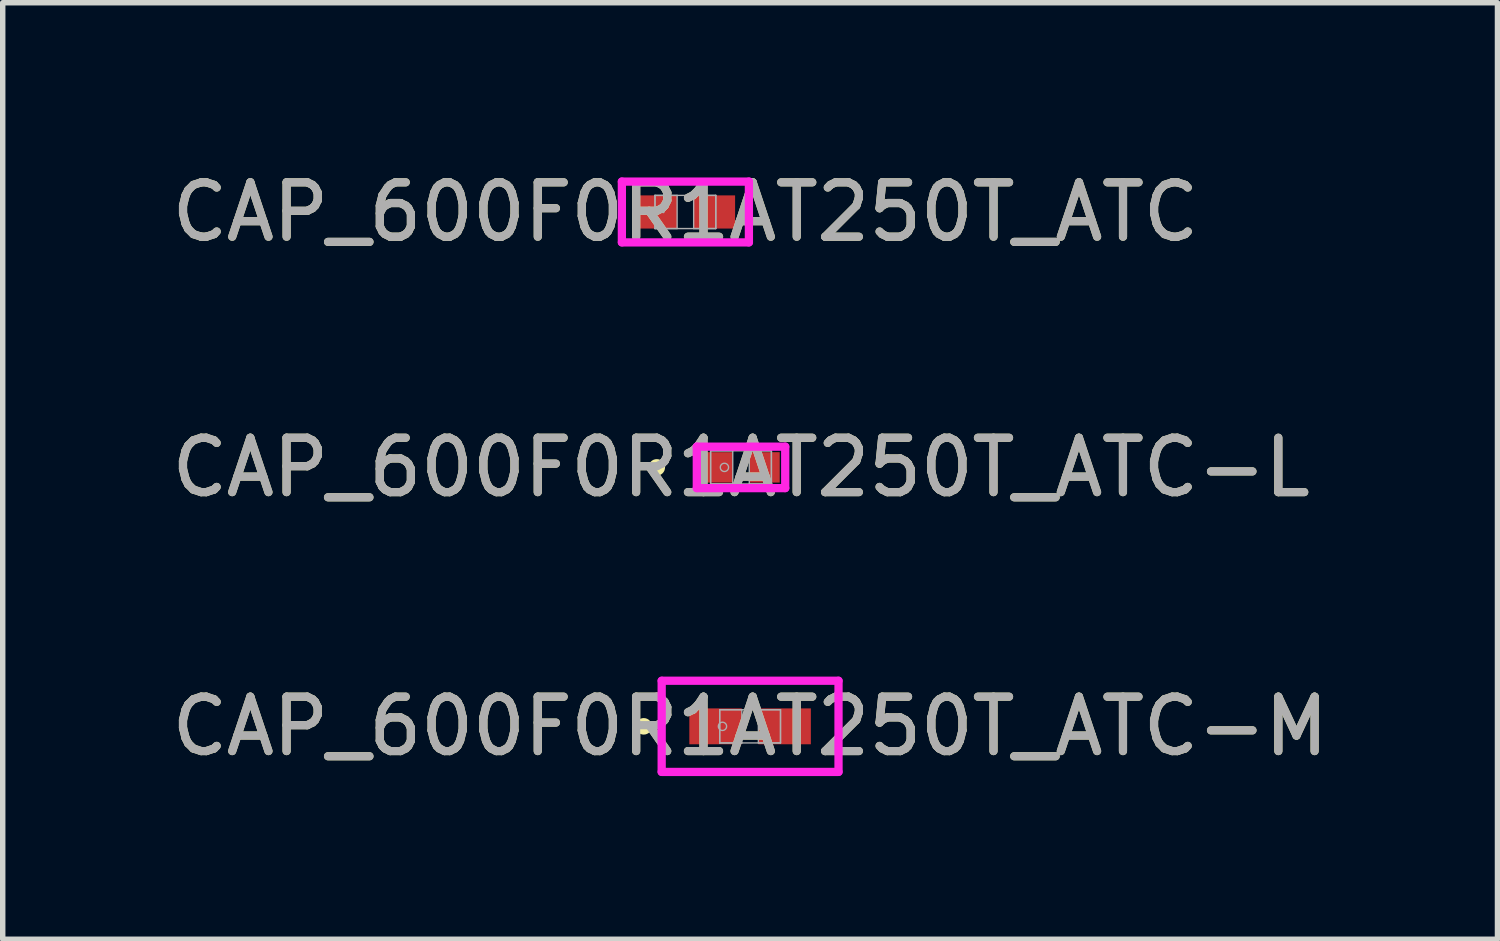
<source format=kicad_pcb>
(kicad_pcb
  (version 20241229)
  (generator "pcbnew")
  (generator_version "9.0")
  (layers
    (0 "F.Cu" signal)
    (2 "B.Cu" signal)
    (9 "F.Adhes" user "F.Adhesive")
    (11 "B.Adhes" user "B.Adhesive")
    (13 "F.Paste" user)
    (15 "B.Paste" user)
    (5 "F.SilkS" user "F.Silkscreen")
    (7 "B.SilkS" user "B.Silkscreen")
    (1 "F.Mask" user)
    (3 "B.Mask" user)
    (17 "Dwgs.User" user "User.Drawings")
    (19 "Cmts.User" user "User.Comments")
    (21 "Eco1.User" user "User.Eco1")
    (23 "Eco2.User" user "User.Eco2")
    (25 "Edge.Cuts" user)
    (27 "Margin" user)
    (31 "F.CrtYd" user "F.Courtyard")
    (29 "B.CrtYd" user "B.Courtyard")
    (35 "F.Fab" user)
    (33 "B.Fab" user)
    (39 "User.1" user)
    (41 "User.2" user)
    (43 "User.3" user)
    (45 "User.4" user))
  (footprint "CAP_600F0R1AT250T_ATC-L"
    (layer "F.Cu")
    (at 10.577 5.545)
    (property "Reference" "CAP_600F0R1AT250T_ATC-L" (at 0 0 0) (unlocked yes) (layer "F.SilkS") (effects (font (size 1 1) (thickness 0.15))))
    (attr smd)
    (fp_circle (center -1.549 0) (end -1.473 0) (stroke (width 0.152) (type solid)) (fill no) (layer "F.SilkS"))
    (fp_line (start -0.813 -0.381) (end 0.813 -0.381) (stroke (width 0.152) (type solid)) (layer "F.CrtYd"))
    (fp_line (start -0.813 0.381) (end -0.813 -0.381) (stroke (width 0.152) (type solid)) (layer "F.CrtYd"))
    (fp_line (start 0.813 -0.381) (end 0.813 0.381) (stroke (width 0.152) (type solid)) (layer "F.CrtYd"))
    (fp_line (start 0.813 0.381) (end -0.813 0.381) (stroke (width 0.152) (type solid)) (layer "F.CrtYd"))
    (fp_line (start -0.559 -0.305) (end -0.559 0.305) (stroke (width 0.025) (type solid)) (layer "F.Fab"))
    (fp_line (start -0.559 -0.305) (end -0.559 0.305) (stroke (width 0.025) (type solid)) (layer "F.Fab"))
    (fp_line (start -0.559 0.305) (end -0.152 0.305) (stroke (width 0.025) (type solid)) (layer "F.Fab"))
    (fp_line (start -0.559 0.305) (end 0.559 0.305) (stroke (width 0.025) (type solid)) (layer "F.Fab"))
    (fp_line (start -0.152 -0.305) (end -0.559 -0.305) (stroke (width 0.025) (type solid)) (layer "F.Fab"))
    (fp_line (start -0.152 0.305) (end -0.152 -0.305) (stroke (width 0.025) (type solid)) (layer "F.Fab"))
    (fp_line (start 0.152 -0.305) (end 0.152 0.305) (stroke (width 0.025) (type solid)) (layer "F.Fab"))
    (fp_line (start 0.152 0.305) (end 0.559 0.305) (stroke (width 0.025) (type solid)) (layer "F.Fab"))
    (fp_line (start 0.559 -0.305) (end -0.559 -0.305) (stroke (width 0.025) (type solid)) (layer "F.Fab"))
    (fp_line (start 0.559 -0.305) (end 0.152 -0.305) (stroke (width 0.025) (type solid)) (layer "F.Fab"))
    (fp_line (start 0.559 0.305) (end 0.559 -0.305) (stroke (width 0.025) (type solid)) (layer "F.Fab"))
    (fp_line (start 0.559 0.305) (end 0.559 -0.305) (stroke (width 0.025) (type solid)) (layer "F.Fab"))
    (fp_circle (center -0.305 0) (end -0.229 0) (stroke (width 0.025) (type solid)) (fill no) (layer "F.Fab"))
    (fp_text user "${REFERENCE}" (at 0 0 0) (unlocked yes) (layer "F.Fab") (effects (font (size 1 1) (thickness 0.15))))
    (pad "1" smd rect (at -0.432 0) (size 0.559 0.559) (layers "F.Cu" "F.Mask" "F.Paste"))
    (pad "2" smd rect (at 0.432 0) (size 0.559 0.559) (layers "F.Cu" "F.Mask" "F.Paste"))
    (zone (net_name "") (layer "F.Cu") (hatch full 0.508) (connect_pads) (min_thickness 0.254) (filled_areas_thickness no) (keepout (tracks not_allowed) (vias not_allowed) (pads allowed) (copperpour not_allowed) (footprints allowed)) (placement (enabled no)) (fill) (polygon (pts (xy 10.476 5.291) (xy 10.679 5.291) (xy 10.679 5.799) (xy 10.476 5.799)))))
  (footprint "CAP_600F0R1AT250T_ATC-M"
    (layer "F.Cu")
    (at 10.744 10.307)
    (property "Reference" "CAP_600F0R1AT250T_ATC-M" (at 0 0 0) (unlocked yes) (layer "F.SilkS") (effects (font (size 1 1) (thickness 0.15))))
    (attr smd)
    (fp_circle (center -1.956 0) (end -1.88 0) (stroke (width 0.152) (type solid)) (fill no) (layer "F.SilkS"))
    (fp_line (start -1.626 -0.838) (end 1.626 -0.838) (stroke (width 0.152) (type solid)) (layer "F.CrtYd"))
    (fp_line (start -1.626 0.838) (end -1.626 -0.838) (stroke (width 0.152) (type solid)) (layer "F.CrtYd"))
    (fp_line (start 1.626 -0.838) (end 1.626 0.838) (stroke (width 0.152) (type solid)) (layer "F.CrtYd"))
    (fp_line (start 1.626 0.838) (end -1.626 0.838) (stroke (width 0.152) (type solid)) (layer "F.CrtYd"))
    (fp_line (start -0.559 -0.305) (end -0.559 0.305) (stroke (width 0.025) (type solid)) (layer "F.Fab"))
    (fp_line (start -0.559 -0.305) (end -0.559 0.305) (stroke (width 0.025) (type solid)) (layer "F.Fab"))
    (fp_line (start -0.559 0.305) (end -0.152 0.305) (stroke (width 0.025) (type solid)) (layer "F.Fab"))
    (fp_line (start -0.559 0.305) (end 0.559 0.305) (stroke (width 0.025) (type solid)) (layer "F.Fab"))
    (fp_line (start -0.152 -0.305) (end -0.559 -0.305) (stroke (width 0.025) (type solid)) (layer "F.Fab"))
    (fp_line (start -0.152 0.305) (end -0.152 -0.305) (stroke (width 0.025) (type solid)) (layer "F.Fab"))
    (fp_line (start 0.152 -0.305) (end 0.152 0.305) (stroke (width 0.025) (type solid)) (layer "F.Fab"))
    (fp_line (start 0.152 0.305) (end 0.559 0.305) (stroke (width 0.025) (type solid)) (layer "F.Fab"))
    (fp_line (start 0.559 -0.305) (end -0.559 -0.305) (stroke (width 0.025) (type solid)) (layer "F.Fab"))
    (fp_line (start 0.559 -0.305) (end 0.152 -0.305) (stroke (width 0.025) (type solid)) (layer "F.Fab"))
    (fp_line (start 0.559 0.305) (end 0.559 -0.305) (stroke (width 0.025) (type solid)) (layer "F.Fab"))
    (fp_line (start 0.559 0.305) (end 0.559 -0.305) (stroke (width 0.025) (type solid)) (layer "F.Fab"))
    (fp_circle (center -0.508 0) (end -0.432 0) (stroke (width 0.025) (type solid)) (fill no) (layer "F.Fab"))
    (fp_text user "${REFERENCE}" (at 0 0 0) (unlocked yes) (layer "F.Fab") (effects (font (size 1 1) (thickness 0.15))))
    (pad "1" smd rect (at -0.635 0) (size 0.965 0.66) (layers "F.Cu" "F.Mask" "F.Paste"))
    (pad "2" smd rect (at 0.635 0) (size 0.965 0.66) (layers "F.Cu" "F.Mask" "F.Paste"))
    (zone (net_name "") (layer "F.Cu") (hatch full 0.508) (connect_pads) (min_thickness 0.254) (filled_areas_thickness no) (keepout (tracks not_allowed) (vias not_allowed) (pads allowed) (copperpour not_allowed) (footprints allowed)) (placement (enabled no)) (fill) (polygon (pts (xy 10.642 10.053) (xy 10.846 10.053) (xy 10.846 10.561) (xy 10.642 10.561)))))
  (footprint "CAP_600F0R1AT250T_ATC"
    (layer "F.Cu")
    (at 9.554 0.848)
    (property "Reference" "CAP_600F0R1AT250T_ATC" (at 0 0 0) (unlocked yes) (layer "F.SilkS") (effects (font (size 1 1) (thickness 0.15))))
    (attr smd)
    (fp_line (start -1.168 -0.559) (end 1.168 -0.559) (stroke (width 0.152) (type solid)) (layer "F.CrtYd"))
    (fp_line (start -1.168 0.559) (end -1.168 -0.559) (stroke (width 0.152) (type solid)) (layer "F.CrtYd"))
    (fp_line (start 1.168 -0.559) (end 1.168 0.559) (stroke (width 0.152) (type solid)) (layer "F.CrtYd"))
    (fp_line (start 1.168 0.559) (end -1.168 0.559) (stroke (width 0.152) (type solid)) (layer "F.CrtYd"))
    (fp_line (start -0.559 -0.305) (end -0.559 0.305) (stroke (width 0.025) (type solid)) (layer "F.Fab"))
    (fp_line (start -0.559 -0.305) (end -0.559 0.305) (stroke (width 0.025) (type solid)) (layer "F.Fab"))
    (fp_line (start -0.559 0.305) (end -0.152 0.305) (stroke (width 0.025) (type solid)) (layer "F.Fab"))
    (fp_line (start -0.559 0.305) (end 0.559 0.305) (stroke (width 0.025) (type solid)) (layer "F.Fab"))
    (fp_line (start -0.152 -0.305) (end -0.559 -0.305) (stroke (width 0.025) (type solid)) (layer "F.Fab"))
    (fp_line (start -0.152 0.305) (end -0.152 -0.305) (stroke (width 0.025) (type solid)) (layer "F.Fab"))
    (fp_line (start 0.152 -0.305) (end 0.152 0.305) (stroke (width 0.025) (type solid)) (layer "F.Fab"))
    (fp_line (start 0.152 0.305) (end 0.559 0.305) (stroke (width 0.025) (type solid)) (layer "F.Fab"))
    (fp_line (start 0.559 -0.305) (end -0.559 -0.305) (stroke (width 0.025) (type solid)) (layer "F.Fab"))
    (fp_line (start 0.559 -0.305) (end 0.152 -0.305) (stroke (width 0.025) (type solid)) (layer "F.Fab"))
    (fp_line (start 0.559 0.305) (end 0.559 -0.305) (stroke (width 0.025) (type solid)) (layer "F.Fab"))
    (fp_line (start 0.559 0.305) (end 0.559 -0.305) (stroke (width 0.025) (type solid)) (layer "F.Fab"))
    (fp_circle (center -0.406 0) (end -0.406 0) (stroke (width 0.025) (type solid)) (fill no) (layer "F.Fab"))
    (fp_text user "${REFERENCE}" (at 0 0 0) (unlocked yes) (layer "F.Fab") (effects (font (size 1 1) (thickness 0.15))))
    (pad "1" smd rect (at -0.533 0) (size 0.762 0.61) (layers "F.Cu" "F.Mask" "F.Paste"))
    (pad "2" smd rect (at 0.533 0) (size 0.762 0.61) (layers "F.Cu" "F.Mask" "F.Paste"))
    (zone (net_name "") (layer "F.Cu") (hatch full 0.508) (connect_pads) (min_thickness 0.254) (filled_areas_thickness no) (keepout (tracks not_allowed) (vias not_allowed) (pads allowed) (copperpour not_allowed) (footprints allowed)) (placement (enabled no)) (fill) (polygon (pts (xy 9.452 0.594) (xy 9.655 0.594) (xy 9.655 1.102) (xy 9.452 1.102)))))
  (gr_rect
    (start -3 -3)
    (end 24.488 14.222)
    (stroke (width 0.1) (type default))
    (fill no)
    (layer "Edge.Cuts")))
</source>
